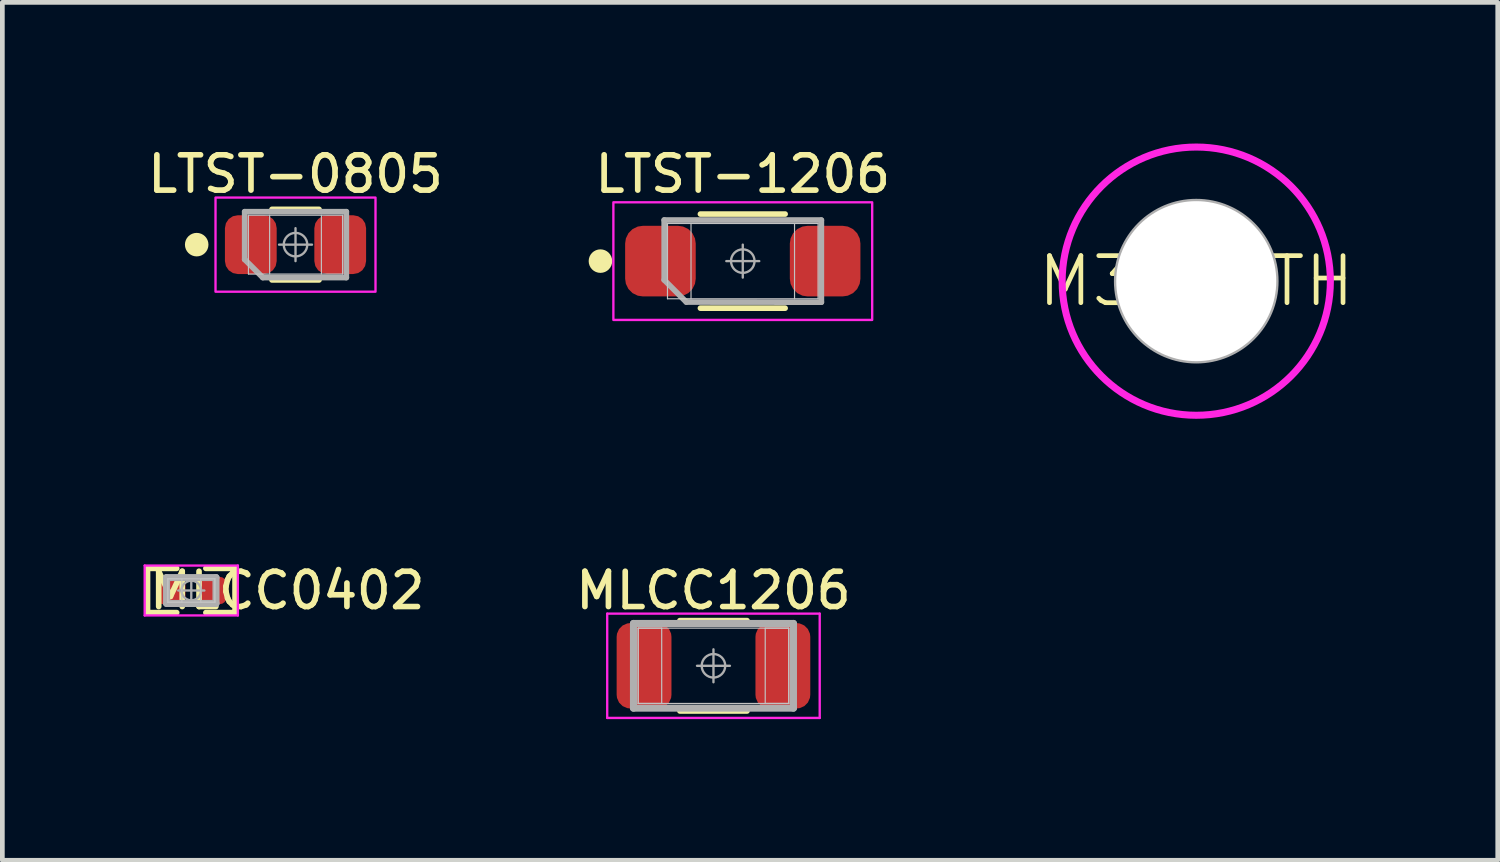
<source format=kicad_pcb>
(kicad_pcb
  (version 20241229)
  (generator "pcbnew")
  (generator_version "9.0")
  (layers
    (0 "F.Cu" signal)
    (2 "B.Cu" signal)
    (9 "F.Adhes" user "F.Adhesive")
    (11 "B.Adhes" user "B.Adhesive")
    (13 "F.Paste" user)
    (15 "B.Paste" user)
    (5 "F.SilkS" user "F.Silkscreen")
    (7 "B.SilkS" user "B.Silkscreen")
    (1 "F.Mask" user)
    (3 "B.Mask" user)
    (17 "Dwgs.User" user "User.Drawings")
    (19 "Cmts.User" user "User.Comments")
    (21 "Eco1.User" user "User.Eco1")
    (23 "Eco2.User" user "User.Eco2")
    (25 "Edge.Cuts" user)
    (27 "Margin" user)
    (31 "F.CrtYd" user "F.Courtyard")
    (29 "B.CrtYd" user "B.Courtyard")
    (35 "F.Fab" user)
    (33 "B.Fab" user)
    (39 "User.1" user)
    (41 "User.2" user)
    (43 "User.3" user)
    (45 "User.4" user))
  (footprint "MLCC0402"
    (layer "F.Cu")
    (at 1.015 9.499)
    (property "Reference" "MLCC0402" (at -0.95 0 0) (layer "F.SilkS") (effects (font (size 0.75 0.75) (thickness 0.12)) (justify left)))
    (attr smd)
    (fp_line (start -0.93 -0.47) (end -0.31 -0.47) (stroke (width 0.12) (type solid)) (layer "F.SilkS"))
    (fp_line (start -0.93 0.47) (end -0.93 -0.47) (stroke (width 0.12) (type solid)) (layer "F.SilkS"))
    (fp_line (start -0.31 0.47) (end -0.93 0.47) (stroke (width 0.12) (type solid)) (layer "F.SilkS"))
    (fp_line (start 0.31 0.47) (end 0.93 0.47) (stroke (width 0.12) (type solid)) (layer "F.SilkS"))
    (fp_line (start 0.93 -0.47) (end 0.31 -0.47) (stroke (width 0.12) (type solid)) (layer "F.SilkS"))
    (fp_line (start 0.93 0.47) (end 0.93 -0.47) (stroke (width 0.12) (type solid)) (layer "F.SilkS"))
    (fp_line (start -0.5 -0.25) (end -0.2 -0.25) (stroke (width 0.025) (type solid)) (layer "Dwgs.User"))
    (fp_line (start -0.5 -0.25) (end 0.5 -0.25) (stroke (width 0.025) (type solid)) (layer "Dwgs.User"))
    (fp_line (start -0.5 0.25) (end -0.5 -0.25) (stroke (width 0.025) (type solid)) (layer "Dwgs.User"))
    (fp_line (start -0.5 0.25) (end -0.5 -0.25) (stroke (width 0.025) (type solid)) (layer "Dwgs.User"))
    (fp_line (start -0.2 -0.25) (end -0.2 0.25) (stroke (width 0.025) (type solid)) (layer "Dwgs.User"))
    (fp_line (start -0.2 0.25) (end -0.5 0.25) (stroke (width 0.025) (type solid)) (layer "Dwgs.User"))
    (fp_line (start 0.2 -0.25) (end 0.5 -0.25) (stroke (width 0.025) (type solid)) (layer "Dwgs.User"))
    (fp_line (start 0.2 0.25) (end 0.2 -0.25) (stroke (width 0.025) (type solid)) (layer "Dwgs.User"))
    (fp_line (start 0.5 -0.25) (end 0.5 0.25) (stroke (width 0.025) (type solid)) (layer "Dwgs.User"))
    (fp_line (start 0.5 -0.25) (end 0.5 0.25) (stroke (width 0.025) (type solid)) (layer "Dwgs.User"))
    (fp_line (start 0.5 0.25) (end -0.5 0.25) (stroke (width 0.025) (type solid)) (layer "Dwgs.User"))
    (fp_line (start 0.5 0.25) (end 0.2 0.25) (stroke (width 0.025) (type solid)) (layer "Dwgs.User"))
    (fp_line (start -0.99 -0.53) (end 0.99 -0.53) (stroke (width 0.05) (type solid)) (layer "F.CrtYd"))
    (fp_line (start -0.99 0.53) (end -0.99 -0.53) (stroke (width 0.05) (type solid)) (layer "F.CrtYd"))
    (fp_line (start 0.99 -0.53) (end 0.99 0.53) (stroke (width 0.05) (type solid)) (layer "F.CrtYd"))
    (fp_line (start 0.99 0.53) (end -0.99 0.53) (stroke (width 0.05) (type solid)) (layer "F.CrtYd"))
    (fp_line (start -0.525 -0.275) (end 0.525 -0.275) (stroke (width 0.15) (type solid)) (layer "F.Fab"))
    (fp_line (start -0.525 0.275) (end -0.525 -0.275) (stroke (width 0.15) (type solid)) (layer "F.Fab"))
    (fp_line (start 0 -0.278) (end 0 0.278) (stroke (width 0.05) (type solid)) (layer "F.Fab"))
    (fp_line (start 0.278 0) (end -0.278 0) (stroke (width 0.05) (type solid)) (layer "F.Fab"))
    (fp_line (start 0.525 -0.275) (end 0.525 0.275) (stroke (width 0.15) (type solid)) (layer "F.Fab"))
    (fp_line (start 0.525 0.275) (end -0.525 0.275) (stroke (width 0.15) (type solid)) (layer "F.Fab"))
    (fp_circle (center 0 0) (end 0.208 0) (stroke (width 0.05) (type solid)) (fill no) (layer "F.Fab"))
    (pad "1" smd roundrect (at -0.437 0 180) (size 0.625 0.58) (layers "F.Cu" "F.Mask" "F.Paste") (roundrect_rratio 0.25))
    (pad "2" smd roundrect (at 0.437 0 180) (size 0.625 0.58) (layers "F.Cu" "F.Mask" "F.Paste") (roundrect_rratio 0.25)))
  (footprint "LTST-0805"
    (layer "F.Cu")
    (at 3.23 2.149)
    (property "Reference" "LTST-0805" (at 0 -1.5 0) (layer "F.SilkS") (effects (font (size 0.75 0.75) (thickness 0.12))))
    (attr smd)
    (fp_line (start -0.5 -0.75) (end 0.5 -0.75) (stroke (width 0.12) (type solid)) (layer "F.SilkS"))
    (fp_line (start -0.5 0.75) (end 0.5 0.75) (stroke (width 0.12) (type solid)) (layer "F.SilkS"))
    (fp_circle (center -2.1 0) (end -2.1 0.125) (stroke (width 0.25) (type solid)) (fill no) (layer "F.SilkS"))
    (fp_line (start -1 -0.625) (end -1 0.625) (stroke (width 0.025) (type solid)) (layer "Dwgs.User"))
    (fp_line (start -1 -0.625) (end 1 -0.625) (stroke (width 0.025) (type solid)) (layer "Dwgs.User"))
    (fp_line (start -0.55 -0.625) (end -0.55 0.625) (stroke (width 0.025) (type solid)) (layer "Dwgs.User"))
    (fp_line (start 0.55 0.625) (end 0.55 -0.625) (stroke (width 0.025) (type solid)) (layer "Dwgs.User"))
    (fp_line (start 1 -0.625) (end 1 0.625) (stroke (width 0.025) (type solid)) (layer "Dwgs.User"))
    (fp_line (start 1 0.625) (end -1 0.625) (stroke (width 0.025) (type solid)) (layer "Dwgs.User"))
    (fp_rect (start -1.7 -1) (end 1.7 1) (stroke (width 0.05) (type default)) (fill no) (layer "F.CrtYd"))
    (fp_line (start -1.08 -0.7) (end -1.08 0.315) (stroke (width 0.12) (type solid)) (layer "F.Fab"))
    (fp_line (start -1.08 0.315) (end -0.695 0.7) (stroke (width 0.12) (type solid)) (layer "F.Fab"))
    (fp_line (start -0.695 0.7) (end 1.08 0.7) (stroke (width 0.12) (type solid)) (layer "F.Fab"))
    (fp_line (start 0 -0.35) (end 0 0.35) (stroke (width 0.05) (type solid)) (layer "F.Fab"))
    (fp_line (start 0.35 0) (end -0.35 0) (stroke (width 0.05) (type solid)) (layer "F.Fab"))
    (fp_line (start 1.08 -0.7) (end -1.08 -0.7) (stroke (width 0.12) (type solid)) (layer "F.Fab"))
    (fp_line (start 1.08 0.7) (end 1.08 -0.7) (stroke (width 0.12) (type solid)) (layer "F.Fab"))
    (fp_circle (center 0 0) (end 0.25 0) (stroke (width 0.05) (type solid)) (fill no) (layer "F.Fab"))
    (pad "1" smd roundrect (at 0.95 0) (size 1.1 1.25) (layers "F.Cu" "F.Mask" "F.Paste") (roundrect_rratio 0.25))
    (pad "2" smd roundrect (at -0.95 0) (size 1.1 1.25) (layers "F.Cu" "F.Mask" "F.Paste") (roundrect_rratio 0.25)))
  (footprint "MLCC1206"
    (layer "F.Cu")
    (at 12.112 11.099)
    (property "Reference" "MLCC1206" (at 0 -1.6 180) (layer "F.SilkS") (effects (font (size 0.75 0.75) (thickness 0.12))))
    (attr smd)
    (fp_line (start -0.713 -0.96) (end 0.713 -0.96) (stroke (width 0.12) (type solid)) (layer "F.SilkS"))
    (fp_line (start -0.713 0.96) (end 0.713 0.96) (stroke (width 0.12) (type solid)) (layer "F.SilkS"))
    (fp_line (start -1.6 -0.8) (end -1.1 -0.8) (stroke (width 0.025) (type solid)) (layer "Dwgs.User"))
    (fp_line (start -1.6 -0.8) (end 1.6 -0.8) (stroke (width 0.025) (type solid)) (layer "Dwgs.User"))
    (fp_line (start -1.6 0.8) (end -1.6 -0.8) (stroke (width 0.025) (type solid)) (layer "Dwgs.User"))
    (fp_line (start -1.6 0.8) (end -1.6 -0.8) (stroke (width 0.025) (type solid)) (layer "Dwgs.User"))
    (fp_line (start -1.1 -0.8) (end -1.1 0.8) (stroke (width 0.025) (type solid)) (layer "Dwgs.User"))
    (fp_line (start -1.1 0.8) (end -1.6 0.8) (stroke (width 0.025) (type solid)) (layer "Dwgs.User"))
    (fp_line (start 1.1 -0.8) (end 1.6 -0.8) (stroke (width 0.025) (type solid)) (layer "Dwgs.User"))
    (fp_line (start 1.1 0.8) (end 1.1 -0.8) (stroke (width 0.025) (type solid)) (layer "Dwgs.User"))
    (fp_line (start 1.6 -0.8) (end 1.6 0.8) (stroke (width 0.025) (type solid)) (layer "Dwgs.User"))
    (fp_line (start 1.6 -0.8) (end 1.6 0.8) (stroke (width 0.025) (type solid)) (layer "Dwgs.User"))
    (fp_line (start 1.6 0.8) (end -1.6 0.8) (stroke (width 0.025) (type solid)) (layer "Dwgs.User"))
    (fp_line (start 1.6 0.8) (end 1.1 0.8) (stroke (width 0.025) (type solid)) (layer "Dwgs.User"))
    (fp_line (start -2.258 -1.108) (end 2.258 -1.108) (stroke (width 0.05) (type solid)) (layer "F.CrtYd"))
    (fp_line (start -2.258 1.108) (end -2.258 -1.108) (stroke (width 0.05) (type solid)) (layer "F.CrtYd"))
    (fp_line (start 2.258 -1.108) (end 2.258 1.108) (stroke (width 0.05) (type solid)) (layer "F.CrtYd"))
    (fp_line (start 2.258 1.108) (end -2.258 1.108) (stroke (width 0.05) (type solid)) (layer "F.CrtYd"))
    (fp_line (start -1.7 -0.9) (end 1.7 -0.9) (stroke (width 0.15) (type solid)) (layer "F.Fab"))
    (fp_line (start -1.7 0.9) (end -1.7 -0.9) (stroke (width 0.15) (type solid)) (layer "F.Fab"))
    (fp_line (start 0 -0.35) (end 0 0.35) (stroke (width 0.05) (type solid)) (layer "F.Fab"))
    (fp_line (start 0.35 0) (end -0.35 0) (stroke (width 0.05) (type solid)) (layer "F.Fab"))
    (fp_line (start 1.7 -0.9) (end 1.7 0.9) (stroke (width 0.15) (type solid)) (layer "F.Fab"))
    (fp_line (start 1.7 0.9) (end -1.7 0.9) (stroke (width 0.15) (type solid)) (layer "F.Fab"))
    (fp_circle (center 0 0) (end 0.25 0) (stroke (width 0.05) (type solid)) (fill no) (layer "F.Fab"))
    (pad "1" smd roundrect (at -1.475 0) (size 1.165 1.815) (layers "F.Cu" "F.Mask" "F.Paste") (roundrect_rratio 0.25))
    (pad "2" smd roundrect (at 1.475 0) (size 1.165 1.815) (layers "F.Cu" "F.Mask" "F.Paste") (roundrect_rratio 0.25)))
  (footprint "LTST-1206"
    (layer "F.Cu")
    (at 12.735 2.499)
    (property "Reference" "LTST-1206" (at 0 -1.85 0) (layer "F.SilkS") (effects (font (size 0.75 0.75) (thickness 0.12))))
    (attr smd)
    (fp_line (start -0.9 -1) (end 0.9 -1) (stroke (width 0.12) (type solid)) (layer "F.SilkS"))
    (fp_line (start -0.9 1) (end 0.9 1) (stroke (width 0.12) (type solid)) (layer "F.SilkS"))
    (fp_circle (center -3.025 0) (end -3.025 0.125) (stroke (width 0.25) (type solid)) (fill no) (layer "F.SilkS"))
    (fp_line (start -1.6 -0.8) (end -1.6 0.8) (stroke (width 0.025) (type solid)) (layer "Dwgs.User"))
    (fp_line (start -1.6 -0.8) (end 1.6 -0.8) (stroke (width 0.025) (type solid)) (layer "Dwgs.User"))
    (fp_line (start -1.1 -0.8) (end -1.1 0.8) (stroke (width 0.025) (type solid)) (layer "Dwgs.User"))
    (fp_line (start 1.1 0.8) (end 1.1 -0.8) (stroke (width 0.025) (type solid)) (layer "Dwgs.User"))
    (fp_line (start 1.6 -0.8) (end 1.6 0.8) (stroke (width 0.025) (type solid)) (layer "Dwgs.User"))
    (fp_line (start 1.6 0.8) (end -1.6 0.8) (stroke (width 0.025) (type solid)) (layer "Dwgs.User"))
    (fp_rect (start -2.75 -1.25) (end 2.75 1.25) (stroke (width 0.05) (type default)) (fill no) (layer "F.CrtYd"))
    (fp_line (start -1.67 -0.873) (end -1.67 0.4) (stroke (width 0.12) (type solid)) (layer "F.Fab"))
    (fp_line (start -1.67 0.4) (end -1.2 0.87) (stroke (width 0.12) (type solid)) (layer "F.Fab"))
    (fp_line (start -1.2 0.87) (end 1.67 0.873) (stroke (width 0.12) (type solid)) (layer "F.Fab"))
    (fp_line (start 0 -0.35) (end 0 0.35) (stroke (width 0.05) (type solid)) (layer "F.Fab"))
    (fp_line (start 0.35 0) (end -0.35 0) (stroke (width 0.05) (type solid)) (layer "F.Fab"))
    (fp_line (start 1.67 -0.873) (end -1.67 -0.873) (stroke (width 0.12) (type solid)) (layer "F.Fab"))
    (fp_line (start 1.67 0.873) (end 1.67 -0.87) (stroke (width 0.12) (type solid)) (layer "F.Fab"))
    (fp_circle (center 0 0) (end 0.25 0) (stroke (width 0.05) (type solid)) (fill no) (layer "F.Fab"))
    (pad "1" smd roundrect (at -1.75 0) (size 1.5 1.5) (layers "F.Cu" "F.Mask" "F.Paste") (roundrect_rratio 0.25))
    (pad "2" smd roundrect (at 1.75 0) (size 1.5 1.5) (layers "F.Cu" "F.Mask" "F.Paste") (roundrect_rratio 0.25)))
  (footprint "M3_NPTH"
    (layer "F.Cu")
    (at 22.372 2.925)
    (property "Reference" "M3_NPTH" (at 0 0 0) (unlocked yes) (layer "F.SilkS") (effects (font (size 1 1) (thickness 0.1))))
    (attr through_hole)
    (fp_circle (center 0 0) (end 2.85 0) (stroke (width 0.15) (type default)) (fill no) (layer "F.CrtYd"))
    (fp_circle (center 0 0) (end 1.7 0) (stroke (width 0.1) (type default)) (fill no) (layer "F.Fab"))
    (pad "" np_thru_hole circle (at 0 0) (size 3.4 3.4) (drill 3.4) (layers "*.Cu" "*.Mask")))
  (gr_rect
    (start -3 -3)
    (end 28.779 15.232)
    (stroke (width 0.1) (type default))
    (fill no)
    (layer "Edge.Cuts")))
</source>
